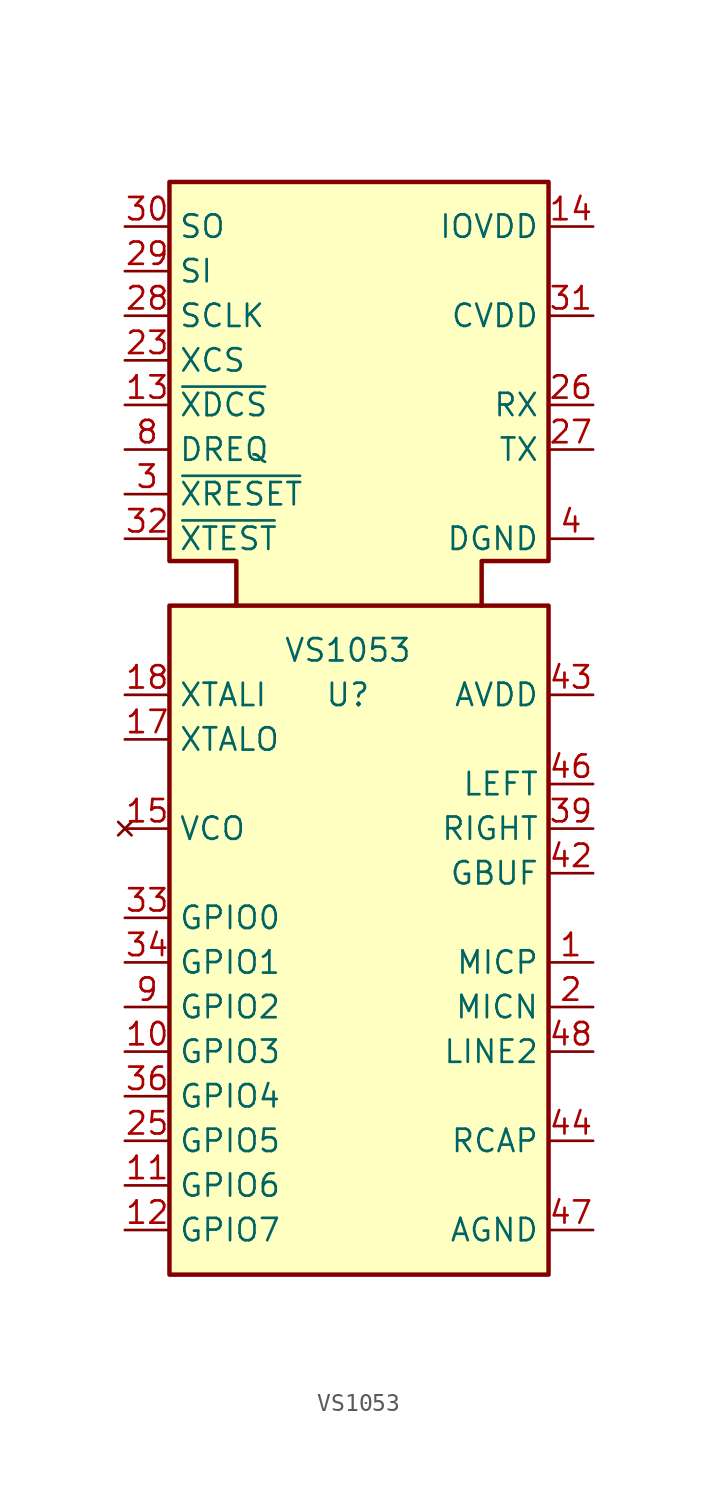
<source format=kicad_sym>
(kicad_symbol_lib
  (version 20220914)
  (generator kicad_symbol_editor)
  (symbol "VS1053"
    (property "Reference" "U"
      (at 0 0 0)
      (effects (font (size 1.27 1.27))))
    (property "Value" "VS1053"
      (at 0 2.54 0)
      (effects (font (size 1.27 1.27))))
    (symbol "VS1053_0_0"
      (pin input line (at 13.97 -15.24 180) (length 2.54) (name "MICP" (effects (font (size 1.27 1.27)))) (number "1" (effects (font (size 1.27 1.27)))) (alternate "LINE1" input line))
      (pin bidirectional line (at -12.7 -20.32 0) (length 2.54) (name "GPIO3" (effects (font (size 1.27 1.27)))) (number "10" (effects (font (size 1.27 1.27)))) (alternate "SDATA" input line))
      (pin bidirectional line (at -12.7 -27.94 0) (length 2.54) (name "GPIO6" (effects (font (size 1.27 1.27)))) (number "11" (effects (font (size 1.27 1.27)))) (alternate "I2S_SCLK" output line))
      (pin bidirectional line (at -12.7 -30.48 0) (length 2.54) (name "GPIO7" (effects (font (size 1.27 1.27)))) (number "12" (effects (font (size 1.27 1.27)))) (alternate "I2S_SDATA" output line))
      (pin input line (at -12.7 16.51 0) (length 2.54) (name "~{XDCS}" (effects (font (size 1.27 1.27)))) (number "13" (effects (font (size 1.27 1.27)))) (alternate "BSYNC" input line))
      (pin power_in line (at 13.97 26.67 180) (length 2.54) (name "IOVDD" (effects (font (size 1.27 1.27)))) (number "14" (effects (font (size 1.27 1.27)))))
      (pin no_connect line (at -12.7 -7.62 0) (length 2.54) (name "VCO" (effects (font (size 1.27 1.27)))) (number "15" (effects (font (size 1.27 1.27)))))
      (pin power_in line (at 13.97 8.89 180) (length 2.54) hide (name "DGND" (effects (font (size 1.27 1.27)))) (number "16" (effects (font (size 1.27 1.27)))))
      (pin output line (at -12.7 -2.54 0) (length 2.54) (name "XTALO" (effects (font (size 1.27 1.27)))) (number "17" (effects (font (size 1.27 1.27)))))
      (pin input line (at -12.7 0 0) (length 2.54) (name "XTALI" (effects (font (size 1.27 1.27)))) (number "18" (effects (font (size 1.27 1.27)))))
      (pin power_in line (at 13.97 26.67 180) (length 2.54) hide (name "IOVDD" (effects (font (size 1.27 1.27)))) (number "19" (effects (font (size 1.27 1.27)))))
      (pin input line (at 13.97 -17.78 180) (length 2.54) (name "MICN" (effects (font (size 1.27 1.27)))) (number "2" (effects (font (size 1.27 1.27)))))
      (pin power_in line (at 13.97 8.89 180) (length 2.54) hide (name "DGND" (effects (font (size 1.27 1.27)))) (number "20" (effects (font (size 1.27 1.27)))))
      (pin power_in line (at 13.97 8.89 180) (length 2.54) hide (name "DGND" (effects (font (size 1.27 1.27)))) (number "21" (effects (font (size 1.27 1.27)))))
      (pin power_in line (at 13.97 8.89 180) (length 2.54) hide (name "DGND" (effects (font (size 1.27 1.27)))) (number "22" (effects (font (size 1.27 1.27)))))
      (pin input line (at -12.7 19.05 0) (length 2.54) (name "XCS" (effects (font (size 1.27 1.27)))) (number "23" (effects (font (size 1.27 1.27)))))
      (pin power_in line (at 13.97 21.59 180) (length 2.54) hide (name "CVDD" (effects (font (size 1.27 1.27)))) (number "24" (effects (font (size 1.27 1.27)))))
      (pin bidirectional line (at -12.7 -25.4 0) (length 2.54) (name "GPIO5" (effects (font (size 1.27 1.27)))) (number "25" (effects (font (size 1.27 1.27)))) (alternate "I2S_MCLK" output line))
      (pin input line (at 13.97 16.51 180) (length 2.54) (name "RX" (effects (font (size 1.27 1.27)))) (number "26" (effects (font (size 1.27 1.27)))))
      (pin output line (at 13.97 13.97 180) (length 2.54) (name "TX" (effects (font (size 1.27 1.27)))) (number "27" (effects (font (size 1.27 1.27)))))
      (pin input line (at -12.7 21.59 0) (length 2.54) (name "SCLK" (effects (font (size 1.27 1.27)))) (number "28" (effects (font (size 1.27 1.27)))))
      (pin input line (at -12.7 24.13 0) (length 2.54) (name "SI" (effects (font (size 1.27 1.27)))) (number "29" (effects (font (size 1.27 1.27)))))
      (pin input line (at -12.7 11.43 0) (length 2.54) (name "~{XRESET}" (effects (font (size 1.27 1.27)))) (number "3" (effects (font (size 1.27 1.27)))))
      (pin output line (at -12.7 26.67 0) (length 2.54) (name "SO" (effects (font (size 1.27 1.27)))) (number "30" (effects (font (size 1.27 1.27)))))
      (pin power_in line (at 13.97 21.59 180) (length 2.54) (name "CVDD" (effects (font (size 1.27 1.27)))) (number "31" (effects (font (size 1.27 1.27)))))
      (pin input line (at -12.7 8.89 0) (length 2.54) (name "~{XTEST}" (effects (font (size 1.27 1.27)))) (number "32" (effects (font (size 1.27 1.27)))))
      (pin bidirectional line (at -12.7 -12.7 0) (length 2.54) (name "GPIO0" (effects (font (size 1.27 1.27)))) (number "33" (effects (font (size 1.27 1.27)))))
      (pin bidirectional line (at -12.7 -15.24 0) (length 2.54) (name "GPIO1" (effects (font (size 1.27 1.27)))) (number "34" (effects (font (size 1.27 1.27)))))
      (pin power_in line (at 13.97 8.89 180) (length 2.54) hide (name "DGND" (effects (font (size 1.27 1.27)))) (number "35" (effects (font (size 1.27 1.27)))))
      (pin bidirectional line (at -12.7 -22.86 0) (length 2.54) (name "GPIO4" (effects (font (size 1.27 1.27)))) (number "36" (effects (font (size 1.27 1.27)))) (alternate "I2S_LROUT" output line))
      (pin power_in line (at 13.97 -30.48 180) (length 2.54) hide (name "AGND" (effects (font (size 1.27 1.27)))) (number "37" (effects (font (size 1.27 1.27)))))
      (pin power_in line (at 13.97 0 180) (length 2.54) hide (name "AVDD" (effects (font (size 1.27 1.27)))) (number "38" (effects (font (size 1.27 1.27)))))
      (pin output line (at 13.97 -7.62 180) (length 2.54) (name "RIGHT" (effects (font (size 1.27 1.27)))) (number "39" (effects (font (size 1.27 1.27)))))
      (pin power_in line (at 13.97 8.89 180) (length 2.54) (name "DGND" (effects (font (size 1.27 1.27)))) (number "4" (effects (font (size 1.27 1.27)))))
      (pin power_in line (at 13.97 -30.48 180) (length 2.54) hide (name "AGND" (effects (font (size 1.27 1.27)))) (number "40" (effects (font (size 1.27 1.27)))))
      (pin power_in line (at 13.97 -30.48 180) (length 2.54) hide (name "AGND" (effects (font (size 1.27 1.27)))) (number "41" (effects (font (size 1.27 1.27)))))
      (pin output line (at 13.97 -10.16 180) (length 2.54) (name "GBUF" (effects (font (size 1.27 1.27)))) (number "42" (effects (font (size 1.27 1.27)))))
      (pin power_in line (at 13.97 0 180) (length 2.54) (name "AVDD" (effects (font (size 1.27 1.27)))) (number "43" (effects (font (size 1.27 1.27)))))
      (pin bidirectional line (at 13.97 -25.4 180) (length 2.54) (name "RCAP" (effects (font (size 1.27 1.27)))) (number "44" (effects (font (size 1.27 1.27)))))
      (pin power_in line (at 13.97 0 180) (length 2.54) hide (name "AVDD" (effects (font (size 1.27 1.27)))) (number "45" (effects (font (size 1.27 1.27)))))
      (pin output line (at 13.97 -5.08 180) (length 2.54) (name "LEFT" (effects (font (size 1.27 1.27)))) (number "46" (effects (font (size 1.27 1.27)))))
      (pin power_in line (at 13.97 -30.48 180) (length 2.54) (name "AGND" (effects (font (size 1.27 1.27)))) (number "47" (effects (font (size 1.27 1.27)))))
      (pin input line (at 13.97 -20.32 180) (length 2.54) (name "LINE2" (effects (font (size 1.27 1.27)))) (number "48" (effects (font (size 1.27 1.27)))))
      (pin power_in line (at 13.97 21.59 180) (length 2.54) hide (name "CVDD" (effects (font (size 1.27 1.27)))) (number "5" (effects (font (size 1.27 1.27)))))
      (pin power_in line (at 13.97 26.67 180) (length 2.54) hide (name "IOVDD" (effects (font (size 1.27 1.27)))) (number "6" (effects (font (size 1.27 1.27)))))
      (pin power_in line (at 13.97 21.59 180) (length 2.54) hide (name "CVDD" (effects (font (size 1.27 1.27)))) (number "7" (effects (font (size 1.27 1.27)))))
      (pin output line (at -12.7 13.97 0) (length 2.54) (name "DREQ" (effects (font (size 1.27 1.27)))) (number "8" (effects (font (size 1.27 1.27)))))
      (pin bidirectional line (at -12.7 -17.78 0) (length 2.54) (name "GPIO2" (effects (font (size 1.27 1.27)))) (number "9" (effects (font (size 1.27 1.27)))) (alternate "DCLK" input line)))
    (symbol "VS1053_0_1"
      (rectangle (start -10.16 5.08) (end 11.43 -33.02) (stroke (width 0.254) (type default)) (fill (type background)))
      (polyline (pts (xy -6.35 5.08) (xy -6.35 7.62) (xy -10.16 7.62) (xy -10.16 29.21) (xy 11.43 29.21) (xy 11.43 7.62) (xy 7.62 7.62) (xy 7.62 5.08)) (stroke (width 0.254) (type default)) (fill (type background))))))
</source>
